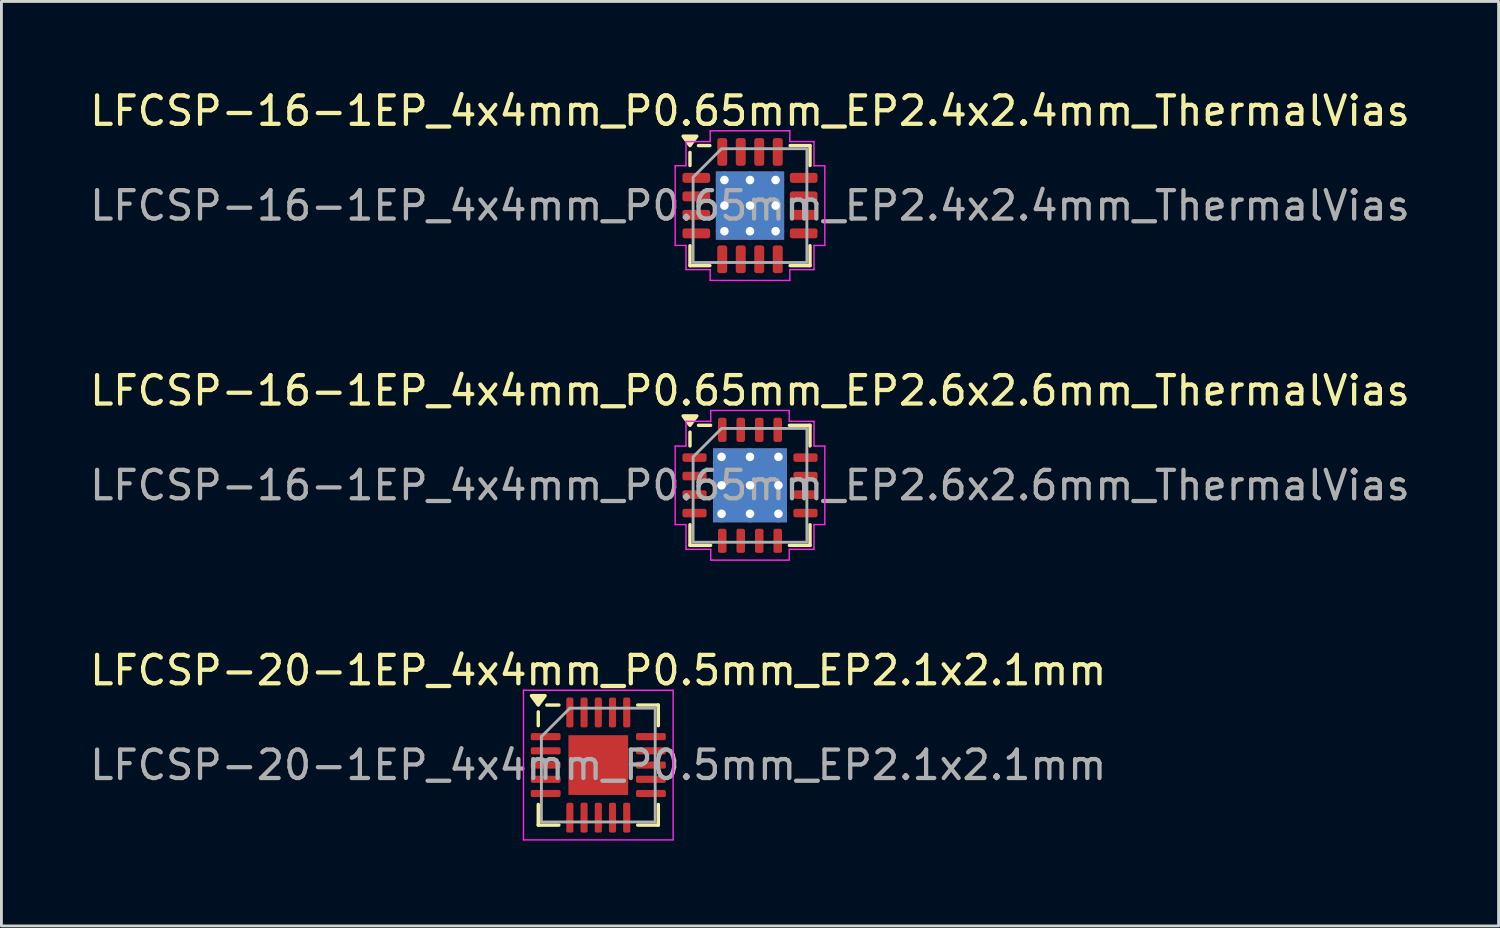
<source format=kicad_pcb>
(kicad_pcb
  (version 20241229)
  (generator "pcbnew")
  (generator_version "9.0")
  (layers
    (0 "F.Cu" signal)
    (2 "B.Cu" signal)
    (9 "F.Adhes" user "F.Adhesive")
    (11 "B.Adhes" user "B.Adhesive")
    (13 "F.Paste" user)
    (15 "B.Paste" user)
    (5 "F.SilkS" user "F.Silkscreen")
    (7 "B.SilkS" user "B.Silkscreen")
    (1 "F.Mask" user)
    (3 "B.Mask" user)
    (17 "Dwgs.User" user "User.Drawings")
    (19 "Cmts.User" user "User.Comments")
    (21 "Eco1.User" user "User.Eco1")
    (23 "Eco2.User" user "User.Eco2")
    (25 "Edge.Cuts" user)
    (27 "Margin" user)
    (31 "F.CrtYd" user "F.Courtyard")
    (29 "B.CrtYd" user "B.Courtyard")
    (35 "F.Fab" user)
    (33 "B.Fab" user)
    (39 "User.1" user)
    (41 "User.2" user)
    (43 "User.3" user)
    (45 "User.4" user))
  (footprint "LFCSP-20-1EP_4x4mm_P0.5mm_EP2.1x2.1mm"
    (layer "F.Cu")
    (at 17.982 23.845)
    (property "Reference" "LFCSP-20-1EP_4x4mm_P0.5mm_EP2.1x2.1mm" (at 0 -3.33 0) (layer "F.SilkS") (effects (font (size 1 1) (thickness 0.15))))
    (attr smd)
    (fp_line (start -2.11 -1.385) (end -2.11 -1.87) (stroke (width 0.12) (type solid)) (layer "F.SilkS"))
    (fp_line (start -2.11 2.11) (end -2.11 1.385) (stroke (width 0.12) (type solid)) (layer "F.SilkS"))
    (fp_line (start -1.385 -2.11) (end -1.81 -2.11) (stroke (width 0.12) (type solid)) (layer "F.SilkS"))
    (fp_line (start -1.385 2.11) (end -2.11 2.11) (stroke (width 0.12) (type solid)) (layer "F.SilkS"))
    (fp_line (start 1.385 -2.11) (end 2.11 -2.11) (stroke (width 0.12) (type solid)) (layer "F.SilkS"))
    (fp_line (start 1.385 2.11) (end 2.11 2.11) (stroke (width 0.12) (type solid)) (layer "F.SilkS"))
    (fp_line (start 2.11 -2.11) (end 2.11 -1.385) (stroke (width 0.12) (type solid)) (layer "F.SilkS"))
    (fp_line (start 2.11 2.11) (end 2.11 1.385) (stroke (width 0.12) (type solid)) (layer "F.SilkS"))
    (fp_poly (pts (xy -2.11 -2.11) (xy -2.35 -2.44) (xy -1.87 -2.44) (xy -2.11 -2.11)) (stroke (width 0.12) (type solid)) (fill yes) (layer "F.SilkS"))
    (fp_line (start -2.63 -2.63) (end -2.63 2.63) (stroke (width 0.05) (type solid)) (layer "F.CrtYd"))
    (fp_line (start -2.63 2.63) (end 2.63 2.63) (stroke (width 0.05) (type solid)) (layer "F.CrtYd"))
    (fp_line (start 2.63 -2.63) (end -2.63 -2.63) (stroke (width 0.05) (type solid)) (layer "F.CrtYd"))
    (fp_line (start 2.63 2.63) (end 2.63 -2.63) (stroke (width 0.05) (type solid)) (layer "F.CrtYd"))
    (fp_line (start -2 -1) (end -1 -2) (stroke (width 0.1) (type solid)) (layer "F.Fab"))
    (fp_line (start -2 2) (end -2 -1) (stroke (width 0.1) (type solid)) (layer "F.Fab"))
    (fp_line (start -1 -2) (end 2 -2) (stroke (width 0.1) (type solid)) (layer "F.Fab"))
    (fp_line (start 2 -2) (end 2 2) (stroke (width 0.1) (type solid)) (layer "F.Fab"))
    (fp_line (start 2 2) (end -2 2) (stroke (width 0.1) (type solid)) (layer "F.Fab"))
    (fp_text user "${REFERENCE}" (at 0 0 0) (layer "F.Fab") (effects (font (size 1 1) (thickness 0.15))))
    (pad "" smd roundrect (at -0.525 -0.525) (size 0.85 0.85) (layers "F.Paste") (roundrect_rratio 0.25))
    (pad "" smd roundrect (at -0.525 0.525) (size 0.85 0.85) (layers "F.Paste") (roundrect_rratio 0.25))
    (pad "" smd roundrect (at 0.525 -0.525) (size 0.85 0.85) (layers "F.Paste") (roundrect_rratio 0.25))
    (pad "" smd roundrect (at 0.525 0.525) (size 0.85 0.85) (layers "F.Paste") (roundrect_rratio 0.25))
    (pad "1" smd roundrect (at -1.85 -1) (size 1.05 0.25) (layers "F.Cu" "F.Mask" "F.Paste") (roundrect_rratio 0.25))
    (pad "2" smd roundrect (at -1.85 -0.5) (size 1.05 0.25) (layers "F.Cu" "F.Mask" "F.Paste") (roundrect_rratio 0.25))
    (pad "3" smd roundrect (at -1.85 0) (size 1.05 0.25) (layers "F.Cu" "F.Mask" "F.Paste") (roundrect_rratio 0.25))
    (pad "4" smd roundrect (at -1.85 0.5) (size 1.05 0.25) (layers "F.Cu" "F.Mask" "F.Paste") (roundrect_rratio 0.25))
    (pad "5" smd roundrect (at -1.85 1) (size 1.05 0.25) (layers "F.Cu" "F.Mask" "F.Paste") (roundrect_rratio 0.25))
    (pad "6" smd roundrect (at -1 1.85) (size 0.25 1.05) (layers "F.Cu" "F.Mask" "F.Paste") (roundrect_rratio 0.25))
    (pad "7" smd roundrect (at -0.5 1.85) (size 0.25 1.05) (layers "F.Cu" "F.Mask" "F.Paste") (roundrect_rratio 0.25))
    (pad "8" smd roundrect (at 0 1.85) (size 0.25 1.05) (layers "F.Cu" "F.Mask" "F.Paste") (roundrect_rratio 0.25))
    (pad "9" smd roundrect (at 0.5 1.85) (size 0.25 1.05) (layers "F.Cu" "F.Mask" "F.Paste") (roundrect_rratio 0.25))
    (pad "10" smd roundrect (at 1 1.85) (size 0.25 1.05) (layers "F.Cu" "F.Mask" "F.Paste") (roundrect_rratio 0.25))
    (pad "11" smd roundrect (at 1.85 1) (size 1.05 0.25) (layers "F.Cu" "F.Mask" "F.Paste") (roundrect_rratio 0.25))
    (pad "12" smd roundrect (at 1.85 0.5) (size 1.05 0.25) (layers "F.Cu" "F.Mask" "F.Paste") (roundrect_rratio 0.25))
    (pad "13" smd roundrect (at 1.85 0) (size 1.05 0.25) (layers "F.Cu" "F.Mask" "F.Paste") (roundrect_rratio 0.25))
    (pad "14" smd roundrect (at 1.85 -0.5) (size 1.05 0.25) (layers "F.Cu" "F.Mask" "F.Paste") (roundrect_rratio 0.25))
    (pad "15" smd roundrect (at 1.85 -1) (size 1.05 0.25) (layers "F.Cu" "F.Mask" "F.Paste") (roundrect_rratio 0.25))
    (pad "16" smd roundrect (at 1 -1.85) (size 0.25 1.05) (layers "F.Cu" "F.Mask" "F.Paste") (roundrect_rratio 0.25))
    (pad "17" smd roundrect (at 0.5 -1.85) (size 0.25 1.05) (layers "F.Cu" "F.Mask" "F.Paste") (roundrect_rratio 0.25))
    (pad "18" smd roundrect (at 0 -1.85) (size 0.25 1.05) (layers "F.Cu" "F.Mask" "F.Paste") (roundrect_rratio 0.25))
    (pad "19" smd roundrect (at -0.5 -1.85) (size 0.25 1.05) (layers "F.Cu" "F.Mask" "F.Paste") (roundrect_rratio 0.25))
    (pad "20" smd roundrect (at -1 -1.85) (size 0.25 1.05) (layers "F.Cu" "F.Mask" "F.Paste") (roundrect_rratio 0.25))
    (pad "21" smd rect (at 0 0) (size 2.1 2.1) (property pad_prop_heatsink) (layers "F.Cu" "F.Mask")))
  (footprint "LFCSP-16-1EP_4x4mm_P0.65mm_EP2.6x2.6mm_ThermalVias"
    (layer "F.Cu")
    (at 23.315 14.011)
    (property "Reference" "LFCSP-16-1EP_4x4mm_P0.65mm_EP2.6x2.6mm_ThermalVias" (at 0 -3.33 0) (layer "F.SilkS") (effects (font (size 1 1) (thickness 0.15))))
    (attr smd)
    (fp_line (start -2.11 -1.385) (end -2.11 -1.87) (stroke (width 0.12) (type solid)) (layer "F.SilkS"))
    (fp_line (start -2.11 2.11) (end -2.11 1.385) (stroke (width 0.12) (type solid)) (layer "F.SilkS"))
    (fp_line (start -1.385 -2.11) (end -1.81 -2.11) (stroke (width 0.12) (type solid)) (layer "F.SilkS"))
    (fp_line (start -1.385 2.11) (end -2.11 2.11) (stroke (width 0.12) (type solid)) (layer "F.SilkS"))
    (fp_line (start 1.385 -2.11) (end 2.11 -2.11) (stroke (width 0.12) (type solid)) (layer "F.SilkS"))
    (fp_line (start 1.385 2.11) (end 2.11 2.11) (stroke (width 0.12) (type solid)) (layer "F.SilkS"))
    (fp_line (start 2.11 -2.11) (end 2.11 -1.385) (stroke (width 0.12) (type solid)) (layer "F.SilkS"))
    (fp_line (start 2.11 2.11) (end 2.11 1.385) (stroke (width 0.12) (type solid)) (layer "F.SilkS"))
    (fp_poly (pts (xy -2.11 -2.11) (xy -2.35 -2.44) (xy -1.87 -2.44)) (stroke (width 0.12) (type solid)) (fill yes) (layer "F.SilkS"))
    (fp_line (start -2.63 -1.38) (end -2.25 -1.38) (stroke (width 0.05) (type solid)) (layer "F.CrtYd"))
    (fp_line (start -2.63 1.38) (end -2.63 -1.38) (stroke (width 0.05) (type solid)) (layer "F.CrtYd"))
    (fp_line (start -2.25 -2.25) (end -1.38 -2.25) (stroke (width 0.05) (type solid)) (layer "F.CrtYd"))
    (fp_line (start -2.25 -1.38) (end -2.25 -2.25) (stroke (width 0.05) (type solid)) (layer "F.CrtYd"))
    (fp_line (start -2.25 1.38) (end -2.63 1.38) (stroke (width 0.05) (type solid)) (layer "F.CrtYd"))
    (fp_line (start -2.25 2.25) (end -2.25 1.38) (stroke (width 0.05) (type solid)) (layer "F.CrtYd"))
    (fp_line (start -1.38 -2.63) (end 1.38 -2.63) (stroke (width 0.05) (type solid)) (layer "F.CrtYd"))
    (fp_line (start -1.38 -2.25) (end -1.38 -2.63) (stroke (width 0.05) (type solid)) (layer "F.CrtYd"))
    (fp_line (start -1.38 2.25) (end -2.25 2.25) (stroke (width 0.05) (type solid)) (layer "F.CrtYd"))
    (fp_line (start -1.38 2.63) (end -1.38 2.25) (stroke (width 0.05) (type solid)) (layer "F.CrtYd"))
    (fp_line (start 1.38 -2.63) (end 1.38 -2.25) (stroke (width 0.05) (type solid)) (layer "F.CrtYd"))
    (fp_line (start 1.38 -2.25) (end 2.25 -2.25) (stroke (width 0.05) (type solid)) (layer "F.CrtYd"))
    (fp_line (start 1.38 2.25) (end 1.38 2.63) (stroke (width 0.05) (type solid)) (layer "F.CrtYd"))
    (fp_line (start 1.38 2.63) (end -1.38 2.63) (stroke (width 0.05) (type solid)) (layer "F.CrtYd"))
    (fp_line (start 2.25 -2.25) (end 2.25 -1.38) (stroke (width 0.05) (type solid)) (layer "F.CrtYd"))
    (fp_line (start 2.25 -1.38) (end 2.63 -1.38) (stroke (width 0.05) (type solid)) (layer "F.CrtYd"))
    (fp_line (start 2.25 1.38) (end 2.25 2.25) (stroke (width 0.05) (type solid)) (layer "F.CrtYd"))
    (fp_line (start 2.25 2.25) (end 1.38 2.25) (stroke (width 0.05) (type solid)) (layer "F.CrtYd"))
    (fp_line (start 2.63 -1.38) (end 2.63 1.38) (stroke (width 0.05) (type solid)) (layer "F.CrtYd"))
    (fp_line (start 2.63 1.38) (end 2.25 1.38) (stroke (width 0.05) (type solid)) (layer "F.CrtYd"))
    (fp_poly (pts (xy -2 -1) (xy -2 2) (xy 2 2) (xy 2 -2) (xy -1 -2)) (stroke (width 0.1) (type solid)) (fill no) (layer "F.Fab"))
    (fp_text user "${REFERENCE}" (at 0 0 0) (layer "F.Fab") (effects (font (size 1 1) (thickness 0.15))))
    (pad "" smd roundrect (at -0.65 -0.65) (size 1.13 1.13) (layers "F.Paste") (roundrect_rratio 0.221))
    (pad "" smd roundrect (at -0.65 0.65) (size 1.13 1.13) (layers "F.Paste") (roundrect_rratio 0.221))
    (pad "" smd roundrect (at 0.65 -0.65) (size 1.13 1.13) (layers "F.Paste") (roundrect_rratio 0.221))
    (pad "" smd roundrect (at 0.65 0.65) (size 1.13 1.13) (layers "F.Paste") (roundrect_rratio 0.221))
    (pad "1" smd roundrect (at -1.95 -0.975) (size 0.85 0.3) (layers "F.Cu" "F.Mask" "F.Paste") (roundrect_rratio 0.25))
    (pad "2" smd roundrect (at -1.95 -0.325) (size 0.85 0.3) (layers "F.Cu" "F.Mask" "F.Paste") (roundrect_rratio 0.25))
    (pad "3" smd roundrect (at -1.95 0.325) (size 0.85 0.3) (layers "F.Cu" "F.Mask" "F.Paste") (roundrect_rratio 0.25))
    (pad "4" smd roundrect (at -1.95 0.975) (size 0.85 0.3) (layers "F.Cu" "F.Mask" "F.Paste") (roundrect_rratio 0.25))
    (pad "5" smd roundrect (at -0.975 1.95) (size 0.3 0.85) (layers "F.Cu" "F.Mask" "F.Paste") (roundrect_rratio 0.25))
    (pad "6" smd roundrect (at -0.325 1.95) (size 0.3 0.85) (layers "F.Cu" "F.Mask" "F.Paste") (roundrect_rratio 0.25))
    (pad "7" smd roundrect (at 0.325 1.95) (size 0.3 0.85) (layers "F.Cu" "F.Mask" "F.Paste") (roundrect_rratio 0.25))
    (pad "8" smd roundrect (at 0.975 1.95) (size 0.3 0.85) (layers "F.Cu" "F.Mask" "F.Paste") (roundrect_rratio 0.25))
    (pad "9" smd roundrect (at 1.95 0.975) (size 0.85 0.3) (layers "F.Cu" "F.Mask" "F.Paste") (roundrect_rratio 0.25))
    (pad "10" smd roundrect (at 1.95 0.325) (size 0.85 0.3) (layers "F.Cu" "F.Mask" "F.Paste") (roundrect_rratio 0.25))
    (pad "11" smd roundrect (at 1.95 -0.325) (size 0.85 0.3) (layers "F.Cu" "F.Mask" "F.Paste") (roundrect_rratio 0.25))
    (pad "12" smd roundrect (at 1.95 -0.975) (size 0.85 0.3) (layers "F.Cu" "F.Mask" "F.Paste") (roundrect_rratio 0.25))
    (pad "13" smd roundrect (at 0.975 -1.95) (size 0.3 0.85) (layers "F.Cu" "F.Mask" "F.Paste") (roundrect_rratio 0.25))
    (pad "14" smd roundrect (at 0.325 -1.95) (size 0.3 0.85) (layers "F.Cu" "F.Mask" "F.Paste") (roundrect_rratio 0.25))
    (pad "15" smd roundrect (at -0.325 -1.95) (size 0.3 0.85) (layers "F.Cu" "F.Mask" "F.Paste") (roundrect_rratio 0.25))
    (pad "16" smd roundrect (at -0.975 -1.95) (size 0.3 0.85) (layers "F.Cu" "F.Mask" "F.Paste") (roundrect_rratio 0.25))
    (pad "17" thru_hole circle (at -1 -1) (size 0.6 0.6) (drill 0.3) (property pad_prop_heatsink) (layers "*.Cu"))
    (pad "17" thru_hole circle (at -1 0) (size 0.6 0.6) (drill 0.3) (property pad_prop_heatsink) (layers "*.Cu"))
    (pad "17" thru_hole circle (at -1 1) (size 0.6 0.6) (drill 0.3) (property pad_prop_heatsink) (layers "*.Cu"))
    (pad "17" thru_hole circle (at 0 -1) (size 0.6 0.6) (drill 0.3) (property pad_prop_heatsink) (layers "*.Cu"))
    (pad "17" thru_hole circle (at 0 0) (size 0.6 0.6) (drill 0.3) (property pad_prop_heatsink) (layers "*.Cu"))
    (pad "17" smd rect (at 0 0) (size 2.6 2.6) (property pad_prop_heatsink) (layers "F.Cu" "F.Mask"))
    (pad "17" smd rect (at 0 0) (size 2.6 2.6) (property pad_prop_heatsink) (layers "B.Cu"))
    (pad "17" thru_hole circle (at 0 1) (size 0.6 0.6) (drill 0.3) (property pad_prop_heatsink) (layers "*.Cu"))
    (pad "17" thru_hole circle (at 1 -1) (size 0.6 0.6) (drill 0.3) (property pad_prop_heatsink) (layers "*.Cu"))
    (pad "17" thru_hole circle (at 1 0) (size 0.6 0.6) (drill 0.3) (property pad_prop_heatsink) (layers "*.Cu"))
    (pad "17" thru_hole circle (at 1 1) (size 0.6 0.6) (drill 0.3) (property pad_prop_heatsink) (layers "*.Cu")))
  (footprint "LFCSP-16-1EP_4x4mm_P0.65mm_EP2.4x2.4mm_ThermalVias"
    (layer "F.Cu")
    (at 23.315 4.178)
    (property "Reference" "LFCSP-16-1EP_4x4mm_P0.65mm_EP2.4x2.4mm_ThermalVias" (at 0 -3.33 0) (layer "F.SilkS") (effects (font (size 1 1) (thickness 0.15))))
    (attr smd)
    (fp_line (start -2.11 -1.41) (end -2.11 -1.87) (stroke (width 0.12) (type solid)) (layer "F.SilkS"))
    (fp_line (start -2.11 2.11) (end -2.11 1.41) (stroke (width 0.12) (type solid)) (layer "F.SilkS"))
    (fp_line (start -1.41 -2.11) (end -1.81 -2.11) (stroke (width 0.12) (type solid)) (layer "F.SilkS"))
    (fp_line (start -1.41 2.11) (end -2.11 2.11) (stroke (width 0.12) (type solid)) (layer "F.SilkS"))
    (fp_line (start 1.41 -2.11) (end 2.11 -2.11) (stroke (width 0.12) (type solid)) (layer "F.SilkS"))
    (fp_line (start 1.41 2.11) (end 2.11 2.11) (stroke (width 0.12) (type solid)) (layer "F.SilkS"))
    (fp_line (start 2.11 -2.11) (end 2.11 -1.41) (stroke (width 0.12) (type solid)) (layer "F.SilkS"))
    (fp_line (start 2.11 2.11) (end 2.11 1.41) (stroke (width 0.12) (type solid)) (layer "F.SilkS"))
    (fp_poly (pts (xy -2.11 -2.11) (xy -2.35 -2.44) (xy -1.87 -2.44)) (stroke (width 0.12) (type solid)) (fill yes) (layer "F.SilkS"))
    (fp_line (start -2.63 -1.4) (end -2.25 -1.4) (stroke (width 0.05) (type solid)) (layer "F.CrtYd"))
    (fp_line (start -2.63 1.4) (end -2.63 -1.4) (stroke (width 0.05) (type solid)) (layer "F.CrtYd"))
    (fp_line (start -2.25 -2.25) (end -1.4 -2.25) (stroke (width 0.05) (type solid)) (layer "F.CrtYd"))
    (fp_line (start -2.25 -1.4) (end -2.25 -2.25) (stroke (width 0.05) (type solid)) (layer "F.CrtYd"))
    (fp_line (start -2.25 1.4) (end -2.63 1.4) (stroke (width 0.05) (type solid)) (layer "F.CrtYd"))
    (fp_line (start -2.25 2.25) (end -2.25 1.4) (stroke (width 0.05) (type solid)) (layer "F.CrtYd"))
    (fp_line (start -1.4 -2.63) (end 1.4 -2.63) (stroke (width 0.05) (type solid)) (layer "F.CrtYd"))
    (fp_line (start -1.4 -2.25) (end -1.4 -2.63) (stroke (width 0.05) (type solid)) (layer "F.CrtYd"))
    (fp_line (start -1.4 2.25) (end -2.25 2.25) (stroke (width 0.05) (type solid)) (layer "F.CrtYd"))
    (fp_line (start -1.4 2.63) (end -1.4 2.25) (stroke (width 0.05) (type solid)) (layer "F.CrtYd"))
    (fp_line (start 1.4 -2.63) (end 1.4 -2.25) (stroke (width 0.05) (type solid)) (layer "F.CrtYd"))
    (fp_line (start 1.4 -2.25) (end 2.25 -2.25) (stroke (width 0.05) (type solid)) (layer "F.CrtYd"))
    (fp_line (start 1.4 2.25) (end 1.4 2.63) (stroke (width 0.05) (type solid)) (layer "F.CrtYd"))
    (fp_line (start 1.4 2.63) (end -1.4 2.63) (stroke (width 0.05) (type solid)) (layer "F.CrtYd"))
    (fp_line (start 2.25 -2.25) (end 2.25 -1.4) (stroke (width 0.05) (type solid)) (layer "F.CrtYd"))
    (fp_line (start 2.25 -1.4) (end 2.63 -1.4) (stroke (width 0.05) (type solid)) (layer "F.CrtYd"))
    (fp_line (start 2.25 1.4) (end 2.25 2.25) (stroke (width 0.05) (type solid)) (layer "F.CrtYd"))
    (fp_line (start 2.25 2.25) (end 1.4 2.25) (stroke (width 0.05) (type solid)) (layer "F.CrtYd"))
    (fp_line (start 2.63 -1.4) (end 2.63 1.4) (stroke (width 0.05) (type solid)) (layer "F.CrtYd"))
    (fp_line (start 2.63 1.4) (end 2.25 1.4) (stroke (width 0.05) (type solid)) (layer "F.CrtYd"))
    (fp_poly (pts (xy -2 -1) (xy -2 2) (xy 2 2) (xy 2 -2) (xy -1 -2)) (stroke (width 0.1) (type solid)) (fill no) (layer "F.Fab"))
    (fp_text user "${REFERENCE}" (at 0 0 0) (layer "F.Fab") (effects (font (size 1 1) (thickness 0.15))))
    (pad "" smd roundrect (at -0.6 -0.6) (size 1.04 1.04) (layers "F.Paste") (roundrect_rratio 0.24))
    (pad "" smd roundrect (at -0.6 0.6) (size 1.04 1.04) (layers "F.Paste") (roundrect_rratio 0.24))
    (pad "" smd roundrect (at 0.6 -0.6) (size 1.04 1.04) (layers "F.Paste") (roundrect_rratio 0.24))
    (pad "" smd roundrect (at 0.6 0.6) (size 1.04 1.04) (layers "F.Paste") (roundrect_rratio 0.24))
    (pad "1" smd roundrect (at -1.887 -0.975) (size 0.975 0.35) (layers "F.Cu" "F.Mask" "F.Paste") (roundrect_rratio 0.25))
    (pad "2" smd roundrect (at -1.887 -0.325) (size 0.975 0.35) (layers "F.Cu" "F.Mask" "F.Paste") (roundrect_rratio 0.25))
    (pad "3" smd roundrect (at -1.887 0.325) (size 0.975 0.35) (layers "F.Cu" "F.Mask" "F.Paste") (roundrect_rratio 0.25))
    (pad "4" smd roundrect (at -1.887 0.975) (size 0.975 0.35) (layers "F.Cu" "F.Mask" "F.Paste") (roundrect_rratio 0.25))
    (pad "5" smd roundrect (at -0.975 1.887) (size 0.35 0.975) (layers "F.Cu" "F.Mask" "F.Paste") (roundrect_rratio 0.25))
    (pad "6" smd roundrect (at -0.325 1.887) (size 0.35 0.975) (layers "F.Cu" "F.Mask" "F.Paste") (roundrect_rratio 0.25))
    (pad "7" smd roundrect (at 0.325 1.887) (size 0.35 0.975) (layers "F.Cu" "F.Mask" "F.Paste") (roundrect_rratio 0.25))
    (pad "8" smd roundrect (at 0.975 1.887) (size 0.35 0.975) (layers "F.Cu" "F.Mask" "F.Paste") (roundrect_rratio 0.25))
    (pad "9" smd roundrect (at 1.887 0.975) (size 0.975 0.35) (layers "F.Cu" "F.Mask" "F.Paste") (roundrect_rratio 0.25))
    (pad "10" smd roundrect (at 1.887 0.325) (size 0.975 0.35) (layers "F.Cu" "F.Mask" "F.Paste") (roundrect_rratio 0.25))
    (pad "11" smd roundrect (at 1.887 -0.325) (size 0.975 0.35) (layers "F.Cu" "F.Mask" "F.Paste") (roundrect_rratio 0.25))
    (pad "12" smd roundrect (at 1.887 -0.975) (size 0.975 0.35) (layers "F.Cu" "F.Mask" "F.Paste") (roundrect_rratio 0.25))
    (pad "13" smd roundrect (at 0.975 -1.887) (size 0.35 0.975) (layers "F.Cu" "F.Mask" "F.Paste") (roundrect_rratio 0.25))
    (pad "14" smd roundrect (at 0.325 -1.887) (size 0.35 0.975) (layers "F.Cu" "F.Mask" "F.Paste") (roundrect_rratio 0.25))
    (pad "15" smd roundrect (at -0.325 -1.887) (size 0.35 0.975) (layers "F.Cu" "F.Mask" "F.Paste") (roundrect_rratio 0.25))
    (pad "16" smd roundrect (at -0.975 -1.887) (size 0.35 0.975) (layers "F.Cu" "F.Mask" "F.Paste") (roundrect_rratio 0.25))
    (pad "17" thru_hole circle (at -0.9 -0.9) (size 0.6 0.6) (drill 0.3) (property pad_prop_heatsink) (layers "*.Cu"))
    (pad "17" thru_hole circle (at -0.9 0) (size 0.6 0.6) (drill 0.3) (property pad_prop_heatsink) (layers "*.Cu"))
    (pad "17" thru_hole circle (at -0.9 0.9) (size 0.6 0.6) (drill 0.3) (property pad_prop_heatsink) (layers "*.Cu"))
    (pad "17" thru_hole circle (at 0 -0.9) (size 0.6 0.6) (drill 0.3) (property pad_prop_heatsink) (layers "*.Cu"))
    (pad "17" thru_hole circle (at 0 0) (size 0.6 0.6) (drill 0.3) (property pad_prop_heatsink) (layers "*.Cu"))
    (pad "17" smd rect (at 0 0) (size 2.4 2.4) (property pad_prop_heatsink) (layers "F.Cu" "F.Mask"))
    (pad "17" smd rect (at 0 0) (size 2.4 2.4) (property pad_prop_heatsink) (layers "B.Cu"))
    (pad "17" thru_hole circle (at 0 0.9) (size 0.6 0.6) (drill 0.3) (property pad_prop_heatsink) (layers "*.Cu"))
    (pad "17" thru_hole circle (at 0.9 -0.9) (size 0.6 0.6) (drill 0.3) (property pad_prop_heatsink) (layers "*.Cu"))
    (pad "17" thru_hole circle (at 0.9 0) (size 0.6 0.6) (drill 0.3) (property pad_prop_heatsink) (layers "*.Cu"))
    (pad "17" thru_hole circle (at 0.9 0.9) (size 0.6 0.6) (drill 0.3) (property pad_prop_heatsink) (layers "*.Cu")))
  (gr_rect
    (start -3 -3)
    (end 49.631 29.5)
    (stroke (width 0.1) (type default))
    (fill no)
    (layer "Edge.Cuts")))
</source>
